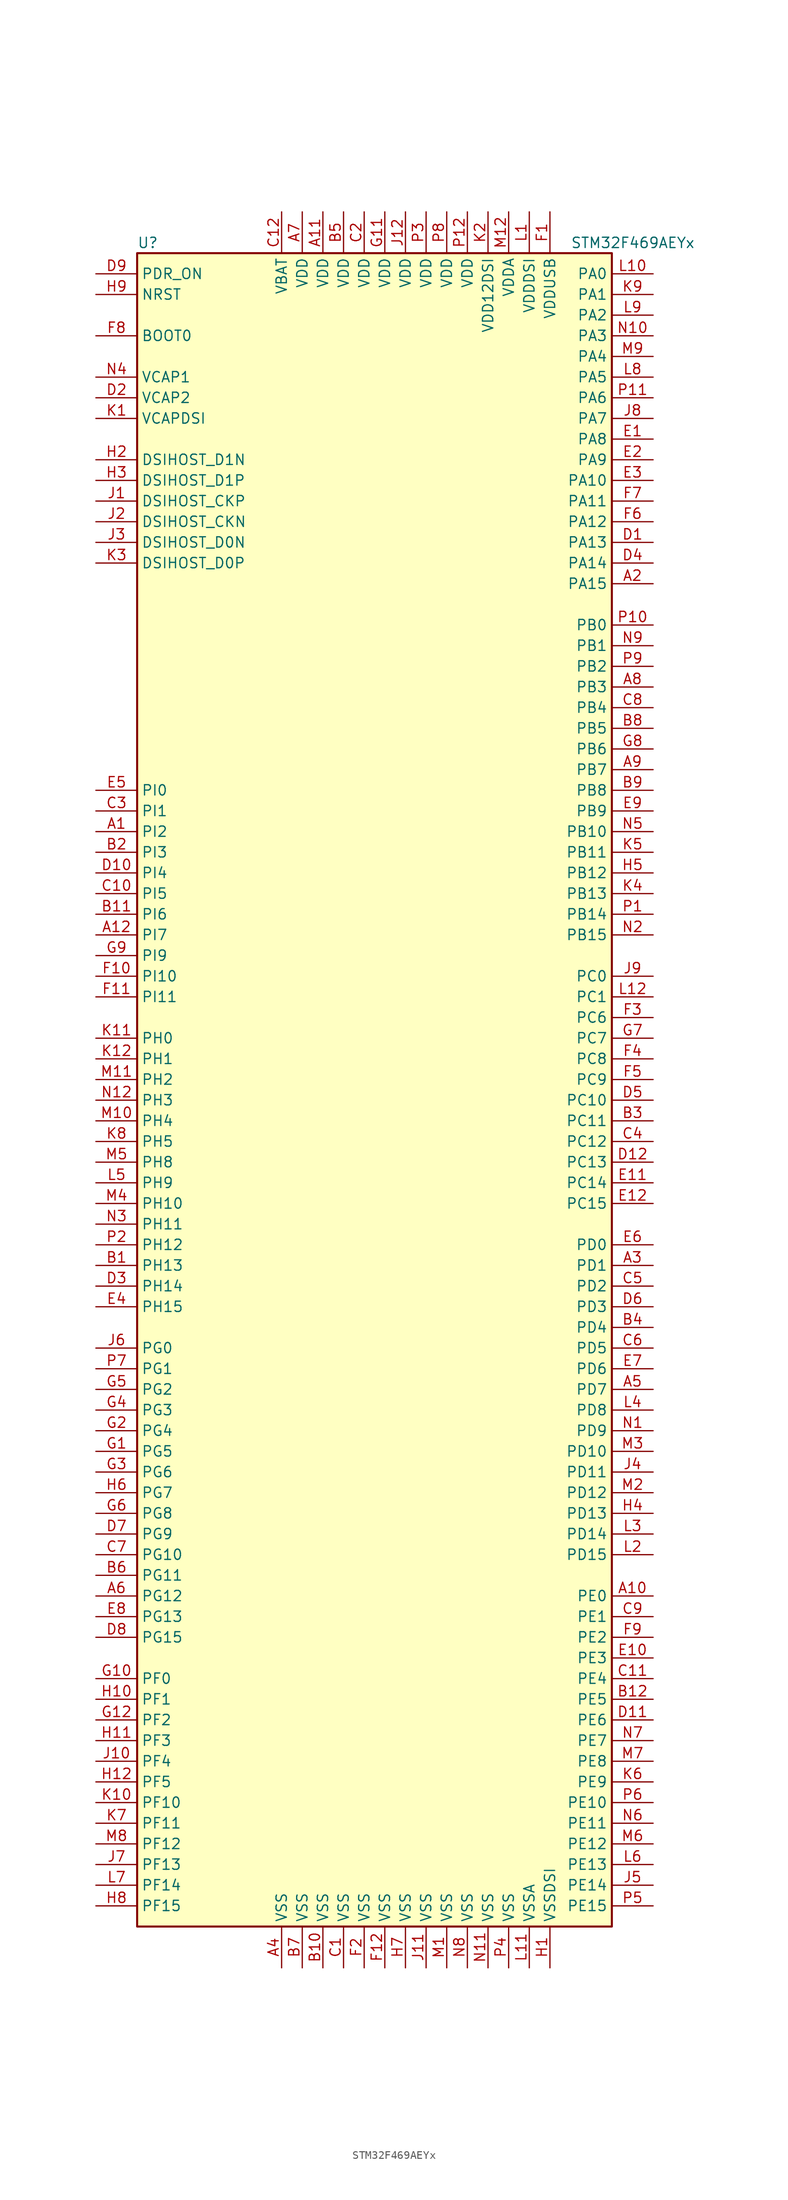
<source format=kicad_sym>
(kicad_symbol_lib
  (version 20201005)
  (generator kicad_symbol_editor)
  (symbol "STM32F469AEYx"
    (property "Reference" "U"
      (at -30.48 102.87 0)
      (effects (font (size 1.27 1.27)) (justify left)))
    (property "Value" "STM32F469AEYx"
      (at 22.86 102.87 0)
      (effects (font (size 1.27 1.27)) (justify left)))
    (symbol "STM32F469AEYx_0_1"
      (rectangle (start -30.48 -104.14) (end 27.94 101.6) (stroke (width 0.254)) (fill (type background))))
    (symbol "STM32F469AEYx_1_1"
      (pin input line (at -35.56 91.44 0) (length 5.08) (name "BOOT0" (effects (font (size 1.27 1.27)))) (number "F8" (effects (font (size 1.27 1.27)))))
      (pin bidirectional line (at -35.56 68.58 0) (length 5.08) (name "DSIHOST_CKN" (effects (font (size 1.27 1.27)))) (number "J2" (effects (font (size 1.27 1.27)))))
      (pin bidirectional line (at -35.56 71.12 0) (length 5.08) (name "DSIHOST_CKP" (effects (font (size 1.27 1.27)))) (number "J1" (effects (font (size 1.27 1.27)))))
      (pin bidirectional line (at -35.56 66.04 0) (length 5.08) (name "DSIHOST_D0N" (effects (font (size 1.27 1.27)))) (number "J3" (effects (font (size 1.27 1.27)))))
      (pin bidirectional line (at -35.56 63.5 0) (length 5.08) (name "DSIHOST_D0P" (effects (font (size 1.27 1.27)))) (number "K3" (effects (font (size 1.27 1.27)))))
      (pin bidirectional line (at -35.56 76.2 0) (length 5.08) (name "DSIHOST_D1N" (effects (font (size 1.27 1.27)))) (number "H2" (effects (font (size 1.27 1.27)))))
      (pin bidirectional line (at -35.56 73.66 0) (length 5.08) (name "DSIHOST_D1P" (effects (font (size 1.27 1.27)))) (number "H3" (effects (font (size 1.27 1.27)))))
      (pin input line (at -35.56 96.52 0) (length 5.08) (name "NRST" (effects (font (size 1.27 1.27)))) (number "H9" (effects (font (size 1.27 1.27)))))
      (pin bidirectional line (at 33.02 99.06 180) (length 5.08) (name "PA0" (effects (font (size 1.27 1.27)))) (number "L10" (effects (font (size 1.27 1.27)))))
      (pin bidirectional line (at 33.02 96.52 180) (length 5.08) (name "PA1" (effects (font (size 1.27 1.27)))) (number "K9" (effects (font (size 1.27 1.27)))))
      (pin bidirectional line (at 33.02 73.66 180) (length 5.08) (name "PA10" (effects (font (size 1.27 1.27)))) (number "E3" (effects (font (size 1.27 1.27)))))
      (pin bidirectional line (at 33.02 71.12 180) (length 5.08) (name "PA11" (effects (font (size 1.27 1.27)))) (number "F7" (effects (font (size 1.27 1.27)))))
      (pin bidirectional line (at 33.02 68.58 180) (length 5.08) (name "PA12" (effects (font (size 1.27 1.27)))) (number "F6" (effects (font (size 1.27 1.27)))))
      (pin bidirectional line (at 33.02 66.04 180) (length 5.08) (name "PA13" (effects (font (size 1.27 1.27)))) (number "D1" (effects (font (size 1.27 1.27)))))
      (pin bidirectional line (at 33.02 63.5 180) (length 5.08) (name "PA14" (effects (font (size 1.27 1.27)))) (number "D4" (effects (font (size 1.27 1.27)))))
      (pin bidirectional line (at 33.02 60.96 180) (length 5.08) (name "PA15" (effects (font (size 1.27 1.27)))) (number "A2" (effects (font (size 1.27 1.27)))))
      (pin bidirectional line (at 33.02 93.98 180) (length 5.08) (name "PA2" (effects (font (size 1.27 1.27)))) (number "L9" (effects (font (size 1.27 1.27)))))
      (pin bidirectional line (at 33.02 91.44 180) (length 5.08) (name "PA3" (effects (font (size 1.27 1.27)))) (number "N10" (effects (font (size 1.27 1.27)))))
      (pin bidirectional line (at 33.02 88.9 180) (length 5.08) (name "PA4" (effects (font (size 1.27 1.27)))) (number "M9" (effects (font (size 1.27 1.27)))))
      (pin bidirectional line (at 33.02 86.36 180) (length 5.08) (name "PA5" (effects (font (size 1.27 1.27)))) (number "L8" (effects (font (size 1.27 1.27)))))
      (pin bidirectional line (at 33.02 83.82 180) (length 5.08) (name "PA6" (effects (font (size 1.27 1.27)))) (number "P11" (effects (font (size 1.27 1.27)))))
      (pin bidirectional line (at 33.02 81.28 180) (length 5.08) (name "PA7" (effects (font (size 1.27 1.27)))) (number "J8" (effects (font (size 1.27 1.27)))))
      (pin bidirectional line (at 33.02 78.74 180) (length 5.08) (name "PA8" (effects (font (size 1.27 1.27)))) (number "E1" (effects (font (size 1.27 1.27)))))
      (pin bidirectional line (at 33.02 76.2 180) (length 5.08) (name "PA9" (effects (font (size 1.27 1.27)))) (number "E2" (effects (font (size 1.27 1.27)))))
      (pin bidirectional line (at 33.02 55.88 180) (length 5.08) (name "PB0" (effects (font (size 1.27 1.27)))) (number "P10" (effects (font (size 1.27 1.27)))))
      (pin bidirectional line (at 33.02 53.34 180) (length 5.08) (name "PB1" (effects (font (size 1.27 1.27)))) (number "N9" (effects (font (size 1.27 1.27)))))
      (pin bidirectional line (at 33.02 30.48 180) (length 5.08) (name "PB10" (effects (font (size 1.27 1.27)))) (number "N5" (effects (font (size 1.27 1.27)))))
      (pin bidirectional line (at 33.02 27.94 180) (length 5.08) (name "PB11" (effects (font (size 1.27 1.27)))) (number "K5" (effects (font (size 1.27 1.27)))))
      (pin bidirectional line (at 33.02 25.4 180) (length 5.08) (name "PB12" (effects (font (size 1.27 1.27)))) (number "H5" (effects (font (size 1.27 1.27)))))
      (pin bidirectional line (at 33.02 22.86 180) (length 5.08) (name "PB13" (effects (font (size 1.27 1.27)))) (number "K4" (effects (font (size 1.27 1.27)))))
      (pin bidirectional line (at 33.02 20.32 180) (length 5.08) (name "PB14" (effects (font (size 1.27 1.27)))) (number "P1" (effects (font (size 1.27 1.27)))))
      (pin bidirectional line (at 33.02 17.78 180) (length 5.08) (name "PB15" (effects (font (size 1.27 1.27)))) (number "N2" (effects (font (size 1.27 1.27)))))
      (pin bidirectional line (at 33.02 50.8 180) (length 5.08) (name "PB2" (effects (font (size 1.27 1.27)))) (number "P9" (effects (font (size 1.27 1.27)))))
      (pin bidirectional line (at 33.02 48.26 180) (length 5.08) (name "PB3" (effects (font (size 1.27 1.27)))) (number "A8" (effects (font (size 1.27 1.27)))))
      (pin bidirectional line (at 33.02 45.72 180) (length 5.08) (name "PB4" (effects (font (size 1.27 1.27)))) (number "C8" (effects (font (size 1.27 1.27)))))
      (pin bidirectional line (at 33.02 43.18 180) (length 5.08) (name "PB5" (effects (font (size 1.27 1.27)))) (number "B8" (effects (font (size 1.27 1.27)))))
      (pin bidirectional line (at 33.02 40.64 180) (length 5.08) (name "PB6" (effects (font (size 1.27 1.27)))) (number "G8" (effects (font (size 1.27 1.27)))))
      (pin bidirectional line (at 33.02 38.1 180) (length 5.08) (name "PB7" (effects (font (size 1.27 1.27)))) (number "A9" (effects (font (size 1.27 1.27)))))
      (pin bidirectional line (at 33.02 35.56 180) (length 5.08) (name "PB8" (effects (font (size 1.27 1.27)))) (number "B9" (effects (font (size 1.27 1.27)))))
      (pin bidirectional line (at 33.02 33.02 180) (length 5.08) (name "PB9" (effects (font (size 1.27 1.27)))) (number "E9" (effects (font (size 1.27 1.27)))))
      (pin bidirectional line (at 33.02 12.7 180) (length 5.08) (name "PC0" (effects (font (size 1.27 1.27)))) (number "J9" (effects (font (size 1.27 1.27)))))
      (pin bidirectional line (at 33.02 10.16 180) (length 5.08) (name "PC1" (effects (font (size 1.27 1.27)))) (number "L12" (effects (font (size 1.27 1.27)))))
      (pin bidirectional line (at 33.02 -2.54 180) (length 5.08) (name "PC10" (effects (font (size 1.27 1.27)))) (number "D5" (effects (font (size 1.27 1.27)))))
      (pin bidirectional line (at 33.02 -5.08 180) (length 5.08) (name "PC11" (effects (font (size 1.27 1.27)))) (number "B3" (effects (font (size 1.27 1.27)))))
      (pin bidirectional line (at 33.02 -7.62 180) (length 5.08) (name "PC12" (effects (font (size 1.27 1.27)))) (number "C4" (effects (font (size 1.27 1.27)))))
      (pin bidirectional line (at 33.02 -10.16 180) (length 5.08) (name "PC13" (effects (font (size 1.27 1.27)))) (number "D12" (effects (font (size 1.27 1.27)))))
      (pin bidirectional line (at 33.02 -12.7 180) (length 5.08) (name "PC14" (effects (font (size 1.27 1.27)))) (number "E11" (effects (font (size 1.27 1.27)))))
      (pin bidirectional line (at 33.02 -15.24 180) (length 5.08) (name "PC15" (effects (font (size 1.27 1.27)))) (number "E12" (effects (font (size 1.27 1.27)))))
      (pin bidirectional line (at 33.02 7.62 180) (length 5.08) (name "PC6" (effects (font (size 1.27 1.27)))) (number "F3" (effects (font (size 1.27 1.27)))))
      (pin bidirectional line (at 33.02 5.08 180) (length 5.08) (name "PC7" (effects (font (size 1.27 1.27)))) (number "G7" (effects (font (size 1.27 1.27)))))
      (pin bidirectional line (at 33.02 2.54 180) (length 5.08) (name "PC8" (effects (font (size 1.27 1.27)))) (number "F4" (effects (font (size 1.27 1.27)))))
      (pin bidirectional line (at 33.02 0 180) (length 5.08) (name "PC9" (effects (font (size 1.27 1.27)))) (number "F5" (effects (font (size 1.27 1.27)))))
      (pin bidirectional line (at 33.02 -20.32 180) (length 5.08) (name "PD0" (effects (font (size 1.27 1.27)))) (number "E6" (effects (font (size 1.27 1.27)))))
      (pin bidirectional line (at 33.02 -22.86 180) (length 5.08) (name "PD1" (effects (font (size 1.27 1.27)))) (number "A3" (effects (font (size 1.27 1.27)))))
      (pin bidirectional line (at 33.02 -45.72 180) (length 5.08) (name "PD10" (effects (font (size 1.27 1.27)))) (number "M3" (effects (font (size 1.27 1.27)))))
      (pin bidirectional line (at 33.02 -48.26 180) (length 5.08) (name "PD11" (effects (font (size 1.27 1.27)))) (number "J4" (effects (font (size 1.27 1.27)))))
      (pin bidirectional line (at 33.02 -50.8 180) (length 5.08) (name "PD12" (effects (font (size 1.27 1.27)))) (number "M2" (effects (font (size 1.27 1.27)))))
      (pin bidirectional line (at 33.02 -53.34 180) (length 5.08) (name "PD13" (effects (font (size 1.27 1.27)))) (number "H4" (effects (font (size 1.27 1.27)))))
      (pin bidirectional line (at 33.02 -55.88 180) (length 5.08) (name "PD14" (effects (font (size 1.27 1.27)))) (number "L3" (effects (font (size 1.27 1.27)))))
      (pin bidirectional line (at 33.02 -58.42 180) (length 5.08) (name "PD15" (effects (font (size 1.27 1.27)))) (number "L2" (effects (font (size 1.27 1.27)))))
      (pin bidirectional line (at 33.02 -25.4 180) (length 5.08) (name "PD2" (effects (font (size 1.27 1.27)))) (number "C5" (effects (font (size 1.27 1.27)))))
      (pin bidirectional line (at 33.02 -27.94 180) (length 5.08) (name "PD3" (effects (font (size 1.27 1.27)))) (number "D6" (effects (font (size 1.27 1.27)))))
      (pin bidirectional line (at 33.02 -30.48 180) (length 5.08) (name "PD4" (effects (font (size 1.27 1.27)))) (number "B4" (effects (font (size 1.27 1.27)))))
      (pin bidirectional line (at 33.02 -33.02 180) (length 5.08) (name "PD5" (effects (font (size 1.27 1.27)))) (number "C6" (effects (font (size 1.27 1.27)))))
      (pin bidirectional line (at 33.02 -35.56 180) (length 5.08) (name "PD6" (effects (font (size 1.27 1.27)))) (number "E7" (effects (font (size 1.27 1.27)))))
      (pin bidirectional line (at 33.02 -38.1 180) (length 5.08) (name "PD7" (effects (font (size 1.27 1.27)))) (number "A5" (effects (font (size 1.27 1.27)))))
      (pin bidirectional line (at 33.02 -40.64 180) (length 5.08) (name "PD8" (effects (font (size 1.27 1.27)))) (number "L4" (effects (font (size 1.27 1.27)))))
      (pin bidirectional line (at 33.02 -43.18 180) (length 5.08) (name "PD9" (effects (font (size 1.27 1.27)))) (number "N1" (effects (font (size 1.27 1.27)))))
      (pin input line (at -35.56 99.06 0) (length 5.08) (name "PDR_ON" (effects (font (size 1.27 1.27)))) (number "D9" (effects (font (size 1.27 1.27)))))
      (pin bidirectional line (at 33.02 -63.5 180) (length 5.08) (name "PE0" (effects (font (size 1.27 1.27)))) (number "A10" (effects (font (size 1.27 1.27)))))
      (pin bidirectional line (at 33.02 -66.04 180) (length 5.08) (name "PE1" (effects (font (size 1.27 1.27)))) (number "C9" (effects (font (size 1.27 1.27)))))
      (pin bidirectional line (at 33.02 -88.9 180) (length 5.08) (name "PE10" (effects (font (size 1.27 1.27)))) (number "P6" (effects (font (size 1.27 1.27)))))
      (pin bidirectional line (at 33.02 -91.44 180) (length 5.08) (name "PE11" (effects (font (size 1.27 1.27)))) (number "N6" (effects (font (size 1.27 1.27)))))
      (pin bidirectional line (at 33.02 -93.98 180) (length 5.08) (name "PE12" (effects (font (size 1.27 1.27)))) (number "M6" (effects (font (size 1.27 1.27)))))
      (pin bidirectional line (at 33.02 -96.52 180) (length 5.08) (name "PE13" (effects (font (size 1.27 1.27)))) (number "L6" (effects (font (size 1.27 1.27)))))
      (pin bidirectional line (at 33.02 -99.06 180) (length 5.08) (name "PE14" (effects (font (size 1.27 1.27)))) (number "J5" (effects (font (size 1.27 1.27)))))
      (pin bidirectional line (at 33.02 -101.6 180) (length 5.08) (name "PE15" (effects (font (size 1.27 1.27)))) (number "P5" (effects (font (size 1.27 1.27)))))
      (pin bidirectional line (at 33.02 -68.58 180) (length 5.08) (name "PE2" (effects (font (size 1.27 1.27)))) (number "F9" (effects (font (size 1.27 1.27)))))
      (pin bidirectional line (at 33.02 -71.12 180) (length 5.08) (name "PE3" (effects (font (size 1.27 1.27)))) (number "E10" (effects (font (size 1.27 1.27)))))
      (pin bidirectional line (at 33.02 -73.66 180) (length 5.08) (name "PE4" (effects (font (size 1.27 1.27)))) (number "C11" (effects (font (size 1.27 1.27)))))
      (pin bidirectional line (at 33.02 -76.2 180) (length 5.08) (name "PE5" (effects (font (size 1.27 1.27)))) (number "B12" (effects (font (size 1.27 1.27)))))
      (pin bidirectional line (at 33.02 -78.74 180) (length 5.08) (name "PE6" (effects (font (size 1.27 1.27)))) (number "D11" (effects (font (size 1.27 1.27)))))
      (pin bidirectional line (at 33.02 -81.28 180) (length 5.08) (name "PE7" (effects (font (size 1.27 1.27)))) (number "N7" (effects (font (size 1.27 1.27)))))
      (pin bidirectional line (at 33.02 -83.82 180) (length 5.08) (name "PE8" (effects (font (size 1.27 1.27)))) (number "M7" (effects (font (size 1.27 1.27)))))
      (pin bidirectional line (at 33.02 -86.36 180) (length 5.08) (name "PE9" (effects (font (size 1.27 1.27)))) (number "K6" (effects (font (size 1.27 1.27)))))
      (pin bidirectional line (at -35.56 -73.66 0) (length 5.08) (name "PF0" (effects (font (size 1.27 1.27)))) (number "G10" (effects (font (size 1.27 1.27)))))
      (pin bidirectional line (at -35.56 -76.2 0) (length 5.08) (name "PF1" (effects (font (size 1.27 1.27)))) (number "H10" (effects (font (size 1.27 1.27)))))
      (pin bidirectional line (at -35.56 -88.9 0) (length 5.08) (name "PF10" (effects (font (size 1.27 1.27)))) (number "K10" (effects (font (size 1.27 1.27)))))
      (pin bidirectional line (at -35.56 -91.44 0) (length 5.08) (name "PF11" (effects (font (size 1.27 1.27)))) (number "K7" (effects (font (size 1.27 1.27)))))
      (pin bidirectional line (at -35.56 -93.98 0) (length 5.08) (name "PF12" (effects (font (size 1.27 1.27)))) (number "M8" (effects (font (size 1.27 1.27)))))
      (pin bidirectional line (at -35.56 -96.52 0) (length 5.08) (name "PF13" (effects (font (size 1.27 1.27)))) (number "J7" (effects (font (size 1.27 1.27)))))
      (pin bidirectional line (at -35.56 -99.06 0) (length 5.08) (name "PF14" (effects (font (size 1.27 1.27)))) (number "L7" (effects (font (size 1.27 1.27)))))
      (pin bidirectional line (at -35.56 -101.6 0) (length 5.08) (name "PF15" (effects (font (size 1.27 1.27)))) (number "H8" (effects (font (size 1.27 1.27)))))
      (pin bidirectional line (at -35.56 -78.74 0) (length 5.08) (name "PF2" (effects (font (size 1.27 1.27)))) (number "G12" (effects (font (size 1.27 1.27)))))
      (pin bidirectional line (at -35.56 -81.28 0) (length 5.08) (name "PF3" (effects (font (size 1.27 1.27)))) (number "H11" (effects (font (size 1.27 1.27)))))
      (pin bidirectional line (at -35.56 -83.82 0) (length 5.08) (name "PF4" (effects (font (size 1.27 1.27)))) (number "J10" (effects (font (size 1.27 1.27)))))
      (pin bidirectional line (at -35.56 -86.36 0) (length 5.08) (name "PF5" (effects (font (size 1.27 1.27)))) (number "H12" (effects (font (size 1.27 1.27)))))
      (pin bidirectional line (at -35.56 -33.02 0) (length 5.08) (name "PG0" (effects (font (size 1.27 1.27)))) (number "J6" (effects (font (size 1.27 1.27)))))
      (pin bidirectional line (at -35.56 -35.56 0) (length 5.08) (name "PG1" (effects (font (size 1.27 1.27)))) (number "P7" (effects (font (size 1.27 1.27)))))
      (pin bidirectional line (at -35.56 -58.42 0) (length 5.08) (name "PG10" (effects (font (size 1.27 1.27)))) (number "C7" (effects (font (size 1.27 1.27)))))
      (pin bidirectional line (at -35.56 -60.96 0) (length 5.08) (name "PG11" (effects (font (size 1.27 1.27)))) (number "B6" (effects (font (size 1.27 1.27)))))
      (pin bidirectional line (at -35.56 -63.5 0) (length 5.08) (name "PG12" (effects (font (size 1.27 1.27)))) (number "A6" (effects (font (size 1.27 1.27)))))
      (pin bidirectional line (at -35.56 -66.04 0) (length 5.08) (name "PG13" (effects (font (size 1.27 1.27)))) (number "E8" (effects (font (size 1.27 1.27)))))
      (pin bidirectional line (at -35.56 -68.58 0) (length 5.08) (name "PG15" (effects (font (size 1.27 1.27)))) (number "D8" (effects (font (size 1.27 1.27)))))
      (pin bidirectional line (at -35.56 -38.1 0) (length 5.08) (name "PG2" (effects (font (size 1.27 1.27)))) (number "G5" (effects (font (size 1.27 1.27)))))
      (pin bidirectional line (at -35.56 -40.64 0) (length 5.08) (name "PG3" (effects (font (size 1.27 1.27)))) (number "G4" (effects (font (size 1.27 1.27)))))
      (pin bidirectional line (at -35.56 -43.18 0) (length 5.08) (name "PG4" (effects (font (size 1.27 1.27)))) (number "G2" (effects (font (size 1.27 1.27)))))
      (pin bidirectional line (at -35.56 -45.72 0) (length 5.08) (name "PG5" (effects (font (size 1.27 1.27)))) (number "G1" (effects (font (size 1.27 1.27)))))
      (pin bidirectional line (at -35.56 -48.26 0) (length 5.08) (name "PG6" (effects (font (size 1.27 1.27)))) (number "G3" (effects (font (size 1.27 1.27)))))
      (pin bidirectional line (at -35.56 -50.8 0) (length 5.08) (name "PG7" (effects (font (size 1.27 1.27)))) (number "H6" (effects (font (size 1.27 1.27)))))
      (pin bidirectional line (at -35.56 -53.34 0) (length 5.08) (name "PG8" (effects (font (size 1.27 1.27)))) (number "G6" (effects (font (size 1.27 1.27)))))
      (pin bidirectional line (at -35.56 -55.88 0) (length 5.08) (name "PG9" (effects (font (size 1.27 1.27)))) (number "D7" (effects (font (size 1.27 1.27)))))
      (pin input line (at -35.56 5.08 0) (length 5.08) (name "PH0" (effects (font (size 1.27 1.27)))) (number "K11" (effects (font (size 1.27 1.27)))))
      (pin input line (at -35.56 2.54 0) (length 5.08) (name "PH1" (effects (font (size 1.27 1.27)))) (number "K12" (effects (font (size 1.27 1.27)))))
      (pin bidirectional line (at -35.56 -15.24 0) (length 5.08) (name "PH10" (effects (font (size 1.27 1.27)))) (number "M4" (effects (font (size 1.27 1.27)))))
      (pin bidirectional line (at -35.56 -17.78 0) (length 5.08) (name "PH11" (effects (font (size 1.27 1.27)))) (number "N3" (effects (font (size 1.27 1.27)))))
      (pin bidirectional line (at -35.56 -20.32 0) (length 5.08) (name "PH12" (effects (font (size 1.27 1.27)))) (number "P2" (effects (font (size 1.27 1.27)))))
      (pin bidirectional line (at -35.56 -22.86 0) (length 5.08) (name "PH13" (effects (font (size 1.27 1.27)))) (number "B1" (effects (font (size 1.27 1.27)))))
      (pin bidirectional line (at -35.56 -25.4 0) (length 5.08) (name "PH14" (effects (font (size 1.27 1.27)))) (number "D3" (effects (font (size 1.27 1.27)))))
      (pin bidirectional line (at -35.56 -27.94 0) (length 5.08) (name "PH15" (effects (font (size 1.27 1.27)))) (number "E4" (effects (font (size 1.27 1.27)))))
      (pin bidirectional line (at -35.56 0 0) (length 5.08) (name "PH2" (effects (font (size 1.27 1.27)))) (number "M11" (effects (font (size 1.27 1.27)))))
      (pin bidirectional line (at -35.56 -2.54 0) (length 5.08) (name "PH3" (effects (font (size 1.27 1.27)))) (number "N12" (effects (font (size 1.27 1.27)))))
      (pin bidirectional line (at -35.56 -5.08 0) (length 5.08) (name "PH4" (effects (font (size 1.27 1.27)))) (number "M10" (effects (font (size 1.27 1.27)))))
      (pin bidirectional line (at -35.56 -7.62 0) (length 5.08) (name "PH5" (effects (font (size 1.27 1.27)))) (number "K8" (effects (font (size 1.27 1.27)))))
      (pin bidirectional line (at -35.56 -10.16 0) (length 5.08) (name "PH8" (effects (font (size 1.27 1.27)))) (number "M5" (effects (font (size 1.27 1.27)))))
      (pin bidirectional line (at -35.56 -12.7 0) (length 5.08) (name "PH9" (effects (font (size 1.27 1.27)))) (number "L5" (effects (font (size 1.27 1.27)))))
      (pin bidirectional line (at -35.56 35.56 0) (length 5.08) (name "PI0" (effects (font (size 1.27 1.27)))) (number "E5" (effects (font (size 1.27 1.27)))))
      (pin bidirectional line (at -35.56 33.02 0) (length 5.08) (name "PI1" (effects (font (size 1.27 1.27)))) (number "C3" (effects (font (size 1.27 1.27)))))
      (pin bidirectional line (at -35.56 12.7 0) (length 5.08) (name "PI10" (effects (font (size 1.27 1.27)))) (number "F10" (effects (font (size 1.27 1.27)))))
      (pin bidirectional line (at -35.56 10.16 0) (length 5.08) (name "PI11" (effects (font (size 1.27 1.27)))) (number "F11" (effects (font (size 1.27 1.27)))))
      (pin bidirectional line (at -35.56 30.48 0) (length 5.08) (name "PI2" (effects (font (size 1.27 1.27)))) (number "A1" (effects (font (size 1.27 1.27)))))
      (pin bidirectional line (at -35.56 27.94 0) (length 5.08) (name "PI3" (effects (font (size 1.27 1.27)))) (number "B2" (effects (font (size 1.27 1.27)))))
      (pin bidirectional line (at -35.56 25.4 0) (length 5.08) (name "PI4" (effects (font (size 1.27 1.27)))) (number "D10" (effects (font (size 1.27 1.27)))))
      (pin bidirectional line (at -35.56 22.86 0) (length 5.08) (name "PI5" (effects (font (size 1.27 1.27)))) (number "C10" (effects (font (size 1.27 1.27)))))
      (pin bidirectional line (at -35.56 20.32 0) (length 5.08) (name "PI6" (effects (font (size 1.27 1.27)))) (number "B11" (effects (font (size 1.27 1.27)))))
      (pin bidirectional line (at -35.56 17.78 0) (length 5.08) (name "PI7" (effects (font (size 1.27 1.27)))) (number "A12" (effects (font (size 1.27 1.27)))))
      (pin bidirectional line (at -35.56 15.24 0) (length 5.08) (name "PI9" (effects (font (size 1.27 1.27)))) (number "G9" (effects (font (size 1.27 1.27)))))
      (pin power_in line (at -12.7 106.68 270) (length 5.08) (name "VBAT" (effects (font (size 1.27 1.27)))) (number "C12" (effects (font (size 1.27 1.27)))))
      (pin power_in line (at -35.56 86.36 0) (length 5.08) (name "VCAP1" (effects (font (size 1.27 1.27)))) (number "N4" (effects (font (size 1.27 1.27)))))
      (pin power_in line (at -35.56 83.82 0) (length 5.08) (name "VCAP2" (effects (font (size 1.27 1.27)))) (number "D2" (effects (font (size 1.27 1.27)))))
      (pin power_in line (at -35.56 81.28 0) (length 5.08) (name "VCAPDSI" (effects (font (size 1.27 1.27)))) (number "K1" (effects (font (size 1.27 1.27)))))
      (pin power_in line (at -7.62 106.68 270) (length 5.08) (name "VDD" (effects (font (size 1.27 1.27)))) (number "A11" (effects (font (size 1.27 1.27)))))
      (pin power_in line (at -10.16 106.68 270) (length 5.08) (name "VDD" (effects (font (size 1.27 1.27)))) (number "A7" (effects (font (size 1.27 1.27)))))
      (pin power_in line (at -5.08 106.68 270) (length 5.08) (name "VDD" (effects (font (size 1.27 1.27)))) (number "B5" (effects (font (size 1.27 1.27)))))
      (pin power_in line (at -2.54 106.68 270) (length 5.08) (name "VDD" (effects (font (size 1.27 1.27)))) (number "C2" (effects (font (size 1.27 1.27)))))
      (pin power_in line (at 0 106.68 270) (length 5.08) (name "VDD" (effects (font (size 1.27 1.27)))) (number "G11" (effects (font (size 1.27 1.27)))))
      (pin power_in line (at 2.54 106.68 270) (length 5.08) (name "VDD" (effects (font (size 1.27 1.27)))) (number "J12" (effects (font (size 1.27 1.27)))))
      (pin power_in line (at 10.16 106.68 270) (length 5.08) (name "VDD" (effects (font (size 1.27 1.27)))) (number "P12" (effects (font (size 1.27 1.27)))))
      (pin power_in line (at 5.08 106.68 270) (length 5.08) (name "VDD" (effects (font (size 1.27 1.27)))) (number "P3" (effects (font (size 1.27 1.27)))))
      (pin power_in line (at 7.62 106.68 270) (length 5.08) (name "VDD" (effects (font (size 1.27 1.27)))) (number "P8" (effects (font (size 1.27 1.27)))))
      (pin power_in line (at 12.7 106.68 270) (length 5.08) (name "VDD12DSI" (effects (font (size 1.27 1.27)))) (number "K2" (effects (font (size 1.27 1.27)))))
      (pin power_in line (at 15.24 106.68 270) (length 5.08) (name "VDDA" (effects (font (size 1.27 1.27)))) (number "M12" (effects (font (size 1.27 1.27)))))
      (pin power_in line (at 17.78 106.68 270) (length 5.08) (name "VDDDSI" (effects (font (size 1.27 1.27)))) (number "L1" (effects (font (size 1.27 1.27)))))
      (pin power_in line (at 20.32 106.68 270) (length 5.08) (name "VDDUSB" (effects (font (size 1.27 1.27)))) (number "F1" (effects (font (size 1.27 1.27)))))
      (pin power_in line (at -12.7 -109.22 90) (length 5.08) (name "VSS" (effects (font (size 1.27 1.27)))) (number "A4" (effects (font (size 1.27 1.27)))))
      (pin power_in line (at -7.62 -109.22 90) (length 5.08) (name "VSS" (effects (font (size 1.27 1.27)))) (number "B10" (effects (font (size 1.27 1.27)))))
      (pin power_in line (at -10.16 -109.22 90) (length 5.08) (name "VSS" (effects (font (size 1.27 1.27)))) (number "B7" (effects (font (size 1.27 1.27)))))
      (pin power_in line (at -5.08 -109.22 90) (length 5.08) (name "VSS" (effects (font (size 1.27 1.27)))) (number "C1" (effects (font (size 1.27 1.27)))))
      (pin power_in line (at 0 -109.22 90) (length 5.08) (name "VSS" (effects (font (size 1.27 1.27)))) (number "F12" (effects (font (size 1.27 1.27)))))
      (pin power_in line (at -2.54 -109.22 90) (length 5.08) (name "VSS" (effects (font (size 1.27 1.27)))) (number "F2" (effects (font (size 1.27 1.27)))))
      (pin power_in line (at 2.54 -109.22 90) (length 5.08) (name "VSS" (effects (font (size 1.27 1.27)))) (number "H7" (effects (font (size 1.27 1.27)))))
      (pin power_in line (at 5.08 -109.22 90) (length 5.08) (name "VSS" (effects (font (size 1.27 1.27)))) (number "J11" (effects (font (size 1.27 1.27)))))
      (pin power_in line (at 7.62 -109.22 90) (length 5.08) (name "VSS" (effects (font (size 1.27 1.27)))) (number "M1" (effects (font (size 1.27 1.27)))))
      (pin power_in line (at 12.7 -109.22 90) (length 5.08) (name "VSS" (effects (font (size 1.27 1.27)))) (number "N11" (effects (font (size 1.27 1.27)))))
      (pin power_in line (at 10.16 -109.22 90) (length 5.08) (name "VSS" (effects (font (size 1.27 1.27)))) (number "N8" (effects (font (size 1.27 1.27)))))
      (pin power_in line (at 15.24 -109.22 90) (length 5.08) (name "VSS" (effects (font (size 1.27 1.27)))) (number "P4" (effects (font (size 1.27 1.27)))))
      (pin power_in line (at 17.78 -109.22 90) (length 5.08) (name "VSSA" (effects (font (size 1.27 1.27)))) (number "L11" (effects (font (size 1.27 1.27)))))
      (pin power_in line (at 20.32 -109.22 90) (length 5.08) (name "VSSDSI" (effects (font (size 1.27 1.27)))) (number "H1" (effects (font (size 1.27 1.27))))))))
</source>
